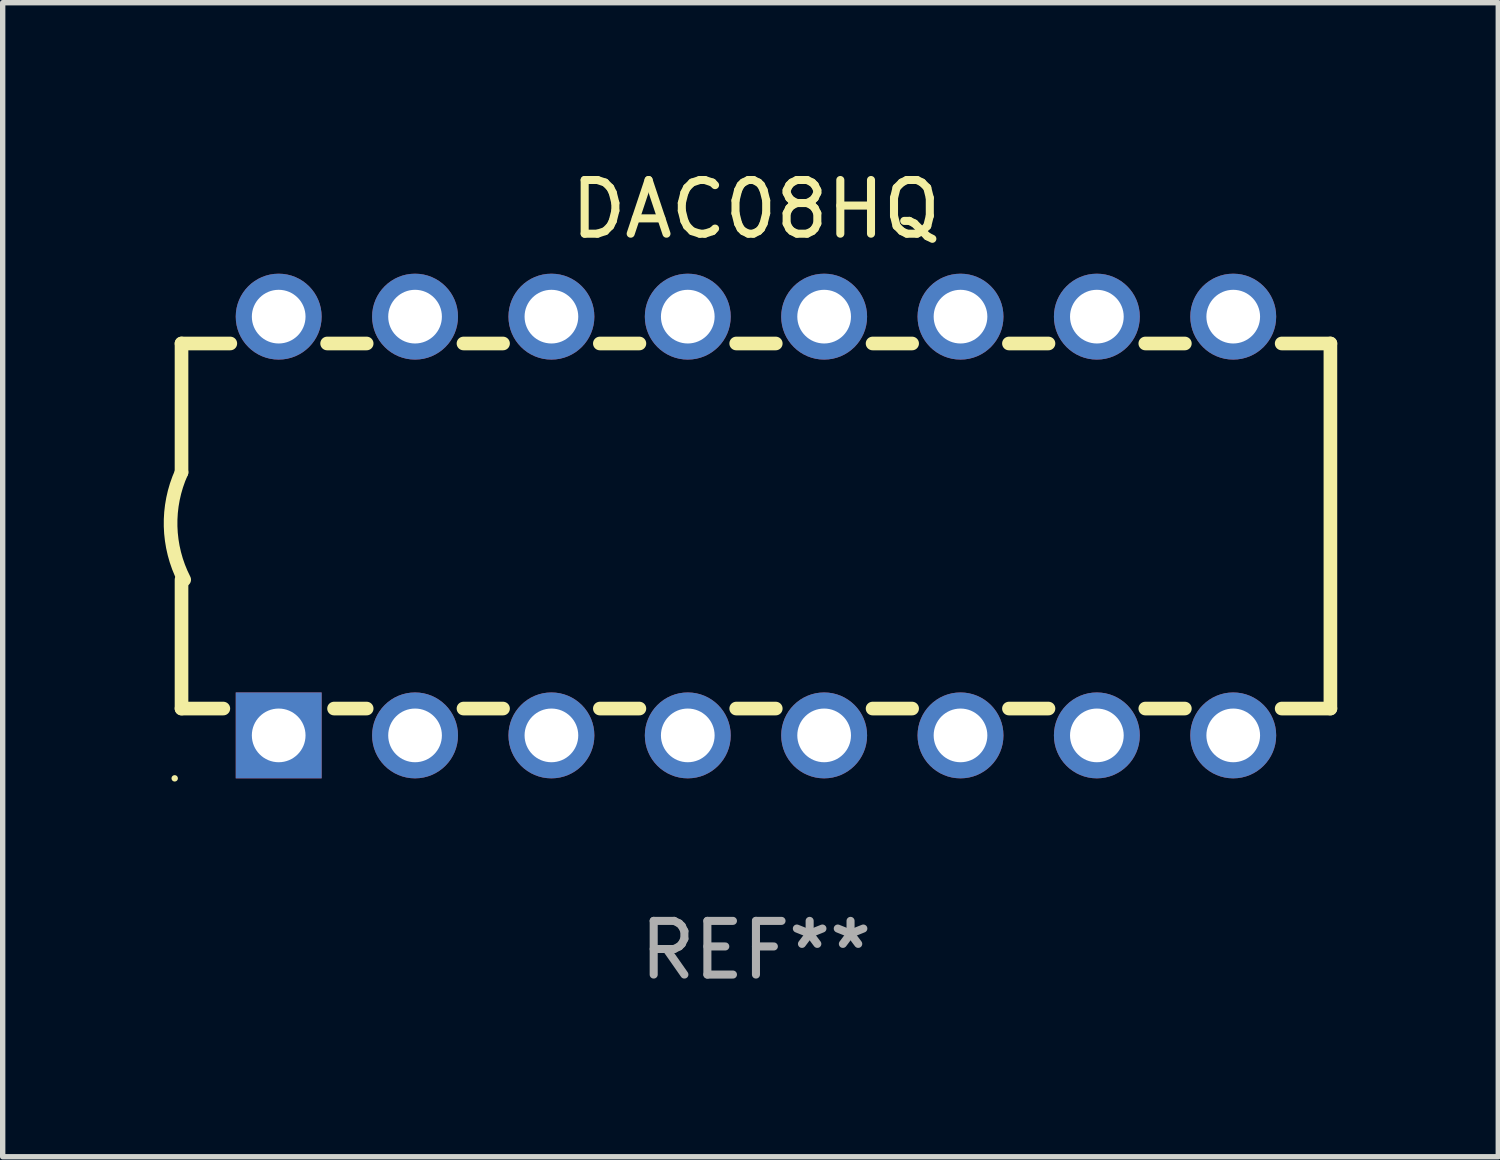
<source format=kicad_pcb>
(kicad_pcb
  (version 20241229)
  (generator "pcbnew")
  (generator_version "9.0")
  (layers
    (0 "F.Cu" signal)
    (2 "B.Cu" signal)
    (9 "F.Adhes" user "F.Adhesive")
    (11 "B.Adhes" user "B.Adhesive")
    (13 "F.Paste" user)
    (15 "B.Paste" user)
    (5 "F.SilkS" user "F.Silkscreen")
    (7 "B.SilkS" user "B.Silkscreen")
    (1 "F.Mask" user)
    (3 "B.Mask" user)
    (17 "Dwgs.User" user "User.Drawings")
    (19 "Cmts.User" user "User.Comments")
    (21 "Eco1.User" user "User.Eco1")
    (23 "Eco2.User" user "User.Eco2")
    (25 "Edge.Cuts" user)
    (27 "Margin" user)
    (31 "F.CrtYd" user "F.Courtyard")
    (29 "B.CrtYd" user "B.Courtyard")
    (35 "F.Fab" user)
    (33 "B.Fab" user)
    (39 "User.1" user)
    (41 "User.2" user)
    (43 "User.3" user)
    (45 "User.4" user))
  (footprint "DAC08HQ"
    (layer "F.Cu")
    (at 11.031 6.748)
    (property "Reference" "DAC08HQ" (at 0 -5.9 0) (layer "F.SilkS") (effects (font (size 1 1) (thickness 0.15))))
    (attr through_hole)
    (fp_line (start -10.7 -3.4) (end -9.791 -3.4) (stroke (width 0.254) (type solid)) (layer "F.SilkS"))
    (fp_line (start -10.7 -0.998) (end -10.7 -3.4) (stroke (width 0.254) (type solid)) (layer "F.SilkS"))
    (fp_line (start -10.7 3.4) (end -10.7 1) (stroke (width 0.254) (type solid)) (layer "F.SilkS"))
    (fp_line (start -10.7 3.4) (end -9.921 3.4) (stroke (width 0.254) (type solid)) (layer "F.SilkS"))
    (fp_line (start -7.988 -3.4) (end -7.251 -3.4) (stroke (width 0.254) (type solid)) (layer "F.SilkS"))
    (fp_line (start -7.859 3.4) (end -7.251 3.4) (stroke (width 0.254) (type solid)) (layer "F.SilkS"))
    (fp_line (start -5.448 -3.4) (end -4.711 -3.4) (stroke (width 0.254) (type solid)) (layer "F.SilkS"))
    (fp_line (start -5.448 3.4) (end -4.711 3.4) (stroke (width 0.254) (type solid)) (layer "F.SilkS"))
    (fp_line (start -2.908 -3.4) (end -2.171 -3.4) (stroke (width 0.254) (type solid)) (layer "F.SilkS"))
    (fp_line (start -2.908 3.4) (end -2.171 3.4) (stroke (width 0.254) (type solid)) (layer "F.SilkS"))
    (fp_line (start -0.368 -3.4) (end 0.369 -3.4) (stroke (width 0.254) (type solid)) (layer "F.SilkS"))
    (fp_line (start -0.368 3.4) (end 0.369 3.4) (stroke (width 0.254) (type solid)) (layer "F.SilkS"))
    (fp_line (start 2.172 -3.4) (end 2.909 -3.4) (stroke (width 0.254) (type solid)) (layer "F.SilkS"))
    (fp_line (start 2.172 3.4) (end 2.909 3.4) (stroke (width 0.254) (type solid)) (layer "F.SilkS"))
    (fp_line (start 4.712 -3.4) (end 5.449 -3.4) (stroke (width 0.254) (type solid)) (layer "F.SilkS"))
    (fp_line (start 4.712 3.4) (end 5.449 3.4) (stroke (width 0.254) (type solid)) (layer "F.SilkS"))
    (fp_line (start 7.252 -3.4) (end 7.989 -3.4) (stroke (width 0.254) (type solid)) (layer "F.SilkS"))
    (fp_line (start 7.252 3.4) (end 7.989 3.4) (stroke (width 0.254) (type solid)) (layer "F.SilkS"))
    (fp_line (start 9.792 -3.4) (end 10.7 -3.4) (stroke (width 0.254) (type solid)) (layer "F.SilkS"))
    (fp_line (start 9.792 3.4) (end 10.7 3.4) (stroke (width 0.254) (type solid)) (layer "F.SilkS"))
    (fp_line (start 10.7 3.4) (end 10.7 -3.4) (stroke (width 0.254) (type solid)) (layer "F.SilkS"))
    (fp_arc (start -10.649962 0.99995) (mid -10.90314 0.005668) (end -10.699975 -1.000025) (stroke (width 0.254001) (type solid)) (layer "F.SilkS"))
    (fp_circle (center -10.827 4.7) (end -10.797 4.7) (stroke (width 0.06) (type solid)) (fill no) (layer "F.SilkS"))
    (fp_text user "REF**" (at 0 7.9 0) (layer "F.Fab") (effects (font (size 1 1) (thickness 0.15))))
    (pad "1" thru_hole rect (at -8.89 3.9 90) (size 1.6 1.6) (drill 1) (layers "*.Cu" "*.Mask"))
    (pad "2" thru_hole circle (at -6.35 3.9) (size 1.6 1.6) (drill 1) (layers "*.Cu" "*.Mask"))
    (pad "3" thru_hole circle (at -3.81 3.9) (size 1.6 1.6) (drill 1) (layers "*.Cu" "*.Mask"))
    (pad "4" thru_hole circle (at -1.27 3.9) (size 1.6 1.6) (drill 1) (layers "*.Cu" "*.Mask"))
    (pad "5" thru_hole circle (at 1.27 3.9) (size 1.6 1.6) (drill 1) (layers "*.Cu" "*.Mask"))
    (pad "6" thru_hole circle (at 3.81 3.9) (size 1.6 1.6) (drill 1) (layers "*.Cu" "*.Mask"))
    (pad "7" thru_hole circle (at 6.35 3.9) (size 1.6 1.6) (drill 1) (layers "*.Cu" "*.Mask"))
    (pad "8" thru_hole circle (at 8.89 3.9) (size 1.6 1.6) (drill 1) (layers "*.Cu" "*.Mask"))
    (pad "9" thru_hole circle (at 8.89 -3.9) (size 1.6 1.6) (drill 1) (layers "*.Cu" "*.Mask"))
    (pad "10" thru_hole circle (at 6.35 -3.9) (size 1.6 1.6) (drill 1) (layers "*.Cu" "*.Mask"))
    (pad "11" thru_hole circle (at 3.81 -3.9) (size 1.6 1.6) (drill 1) (layers "*.Cu" "*.Mask"))
    (pad "12" thru_hole circle (at 1.27 -3.9) (size 1.6 1.6) (drill 1) (layers "*.Cu" "*.Mask"))
    (pad "13" thru_hole circle (at -1.27 -3.9) (size 1.6 1.6) (drill 1) (layers "*.Cu" "*.Mask"))
    (pad "14" thru_hole circle (at -3.81 -3.9) (size 1.6 1.6) (drill 1) (layers "*.Cu" "*.Mask"))
    (pad "15" thru_hole circle (at -6.35 -3.9) (size 1.6 1.6) (drill 1) (layers "*.Cu" "*.Mask"))
    (pad "16" thru_hole circle (at -8.89 -3.9) (size 1.6 1.6) (drill 1) (layers "*.Cu" "*.Mask")))
  (gr_rect
    (start -3 -3)
    (end 24.858 18.496)
    (stroke (width 0.1) (type default))
    (fill no)
    (layer "Edge.Cuts")))
</source>
